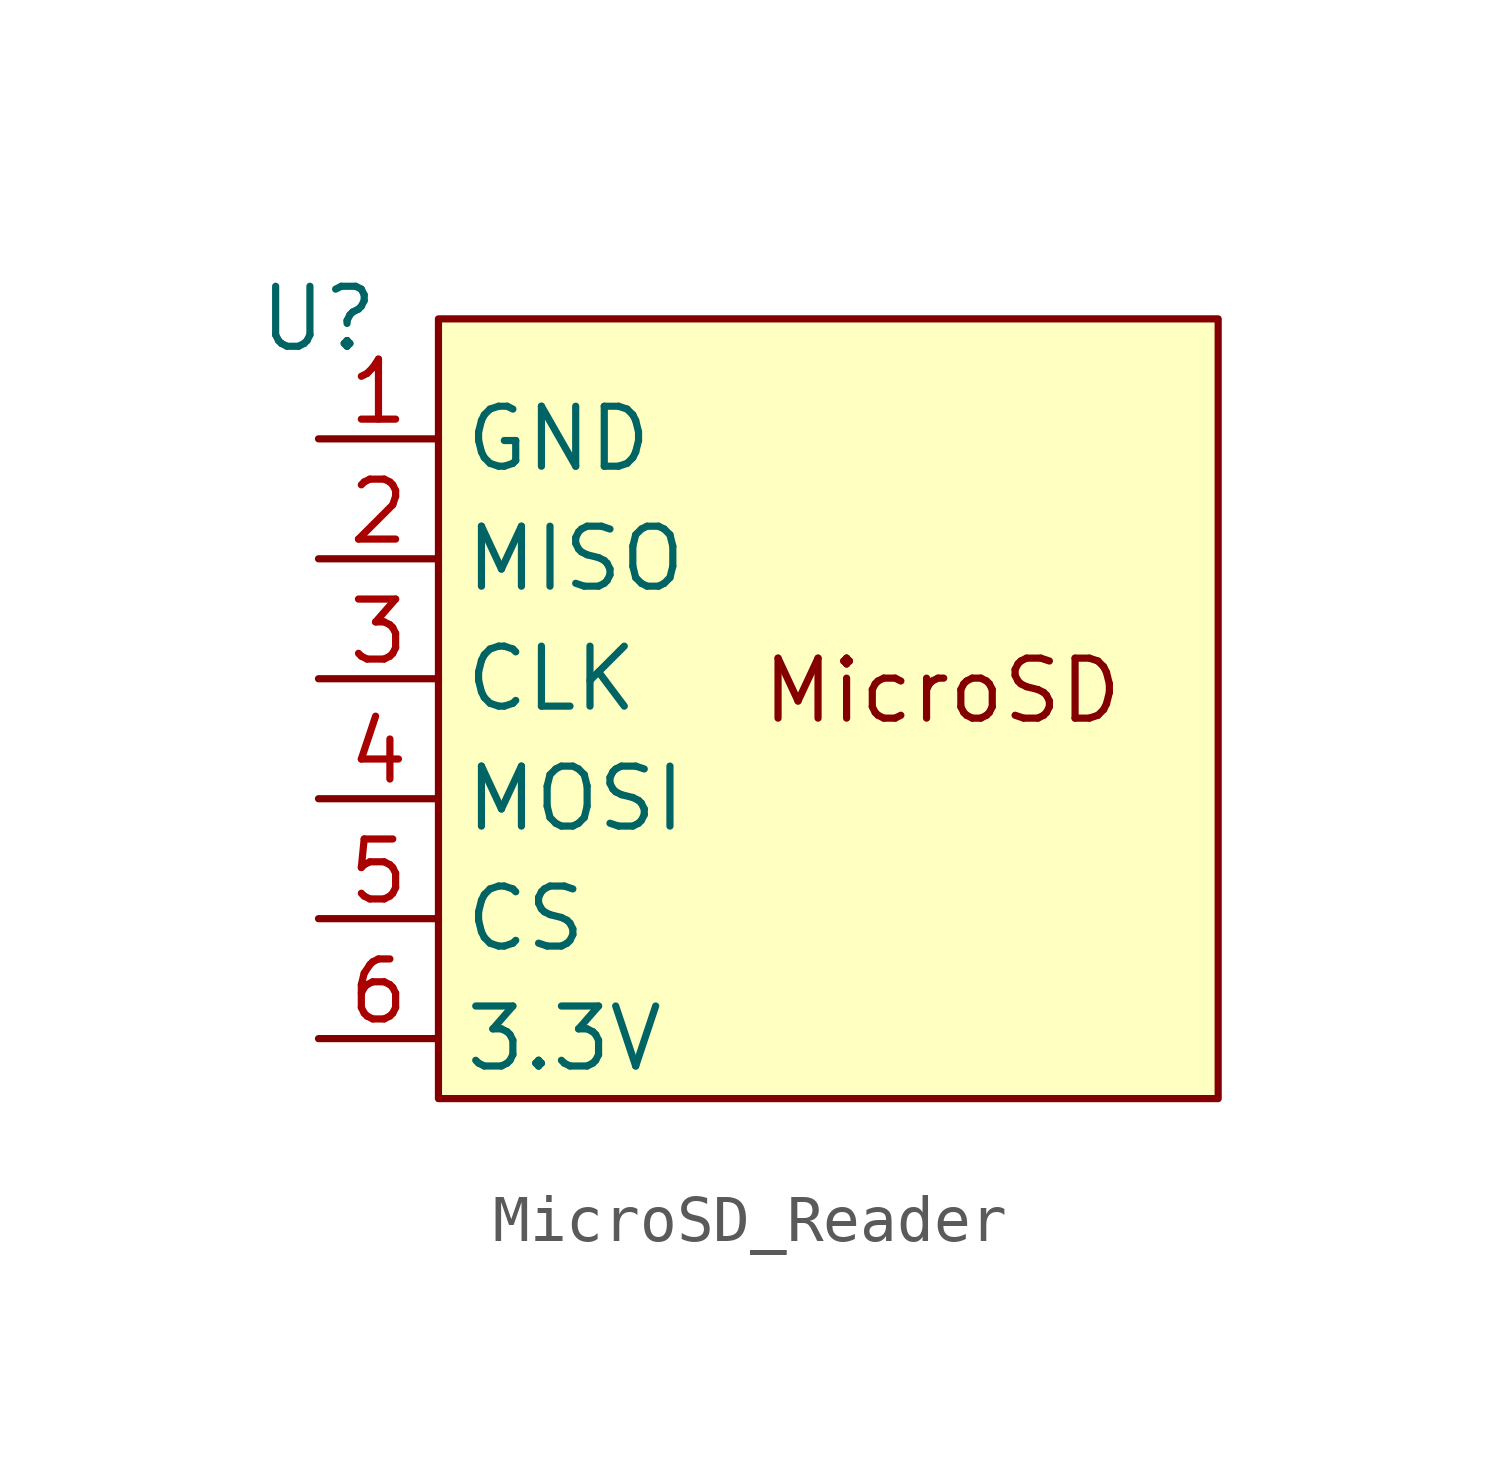
<source format=kicad_sym>
(kicad_symbol_lib
  (version 20241209)
  (generator "kicad_symbol_editor")
  (generator_version "9.0")
  (symbol "MicroSD_Reader"
    (property "Reference" "U"
      (at 0 0 0)
      (effects (font (size 1.27 1.27))))
    (property "Value" ""
      (at 0 0 0)
      (effects (font (size 1.27 1.27))))
    (symbol "MicroSD_Reader_1_1"
      (rectangle (start 2.54 0) (end 19.05 -16.51) (stroke (width 0) (type solid)) (fill (type background)))
      (text "MicroSD" (at 13.208 -7.874 0) (effects (font (size 1.27 1.27))))
      (pin power_in line (at 0 -2.54 0) (length 2.54) (name "GND" (effects (font (size 1.27 1.27)))) (number "1" (effects (font (size 1.27 1.27)))))
      (pin output line (at 0 -5.08 0) (length 2.54) (name "MISO" (effects (font (size 1.27 1.27)))) (number "2" (effects (font (size 1.27 1.27)))))
      (pin bidirectional line (at 0 -7.62 0) (length 2.54) (name "CLK" (effects (font (size 1.27 1.27)))) (number "3" (effects (font (size 1.27 1.27)))))
      (pin input line (at 0 -10.16 0) (length 2.54) (name "MOSI" (effects (font (size 1.27 1.27)))) (number "4" (effects (font (size 1.27 1.27)))))
      (pin input line (at 0 -12.7 0) (length 2.54) (name "CS" (effects (font (size 1.27 1.27)))) (number "5" (effects (font (size 1.27 1.27)))))
      (pin power_in line (at 0 -15.24 0) (length 2.54) (name "3.3V" (effects (font (size 1.27 1.27)))) (number "6" (effects (font (size 1.27 1.27))))))))
</source>
